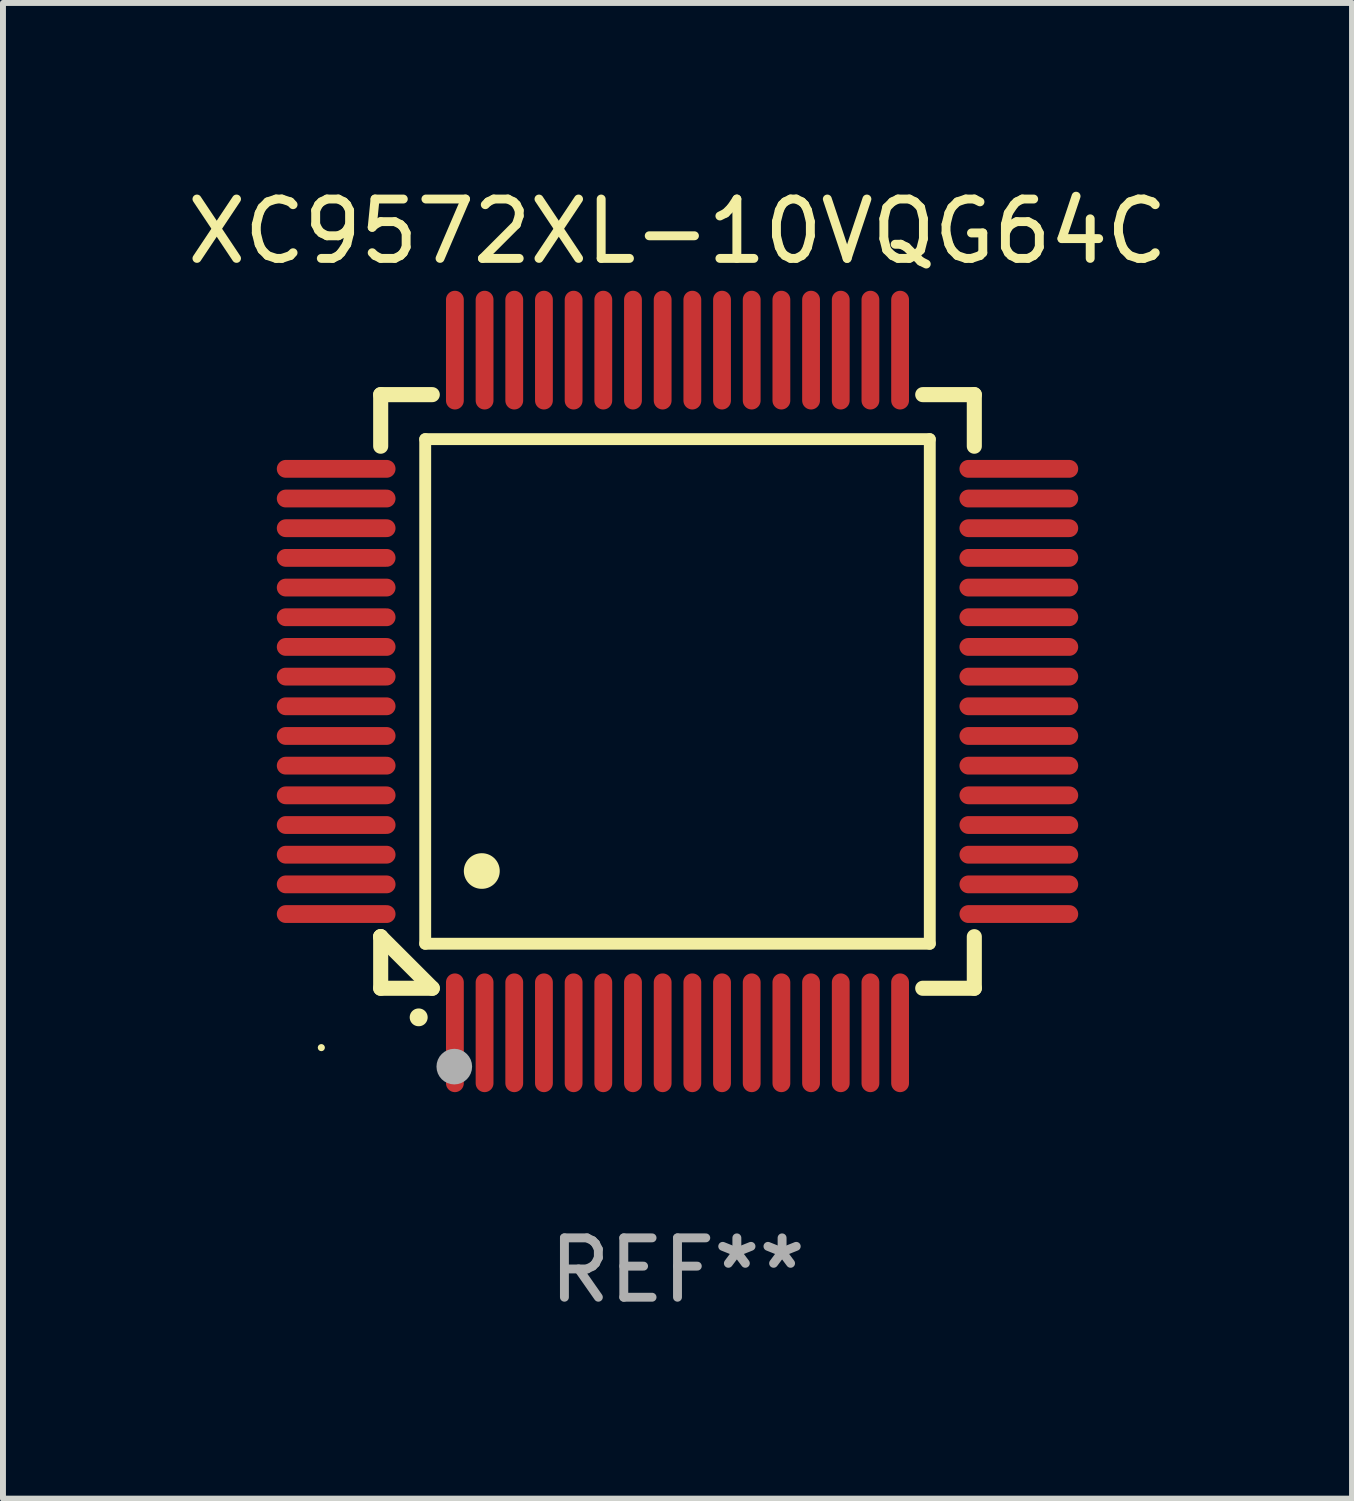
<source format=kicad_pcb>
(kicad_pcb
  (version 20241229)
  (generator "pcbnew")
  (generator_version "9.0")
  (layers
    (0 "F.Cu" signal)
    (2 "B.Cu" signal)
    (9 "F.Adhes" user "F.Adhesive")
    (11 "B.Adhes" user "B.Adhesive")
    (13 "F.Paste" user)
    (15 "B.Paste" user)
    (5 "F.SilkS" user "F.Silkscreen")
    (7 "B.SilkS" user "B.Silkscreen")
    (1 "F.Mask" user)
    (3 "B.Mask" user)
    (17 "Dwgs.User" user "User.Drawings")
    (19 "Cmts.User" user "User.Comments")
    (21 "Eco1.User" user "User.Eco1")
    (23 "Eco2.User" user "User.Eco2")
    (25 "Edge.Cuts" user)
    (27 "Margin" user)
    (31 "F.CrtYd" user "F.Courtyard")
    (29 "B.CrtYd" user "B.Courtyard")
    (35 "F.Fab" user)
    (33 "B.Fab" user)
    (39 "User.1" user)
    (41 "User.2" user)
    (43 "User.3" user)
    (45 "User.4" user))
  (footprint "XC9572XL-10VQG64C"
    (layer "F.Cu")
    (at 8.363 8.598)
    (property "Reference" "XC9572XL-10VQG64C" (at 0 -7.75 0) (layer "F.SilkS") (effects (font (size 1 1) (thickness 0.15))))
    (attr through_hole)
    (fp_line (start -5 -5) (end -4.131 -5) (stroke (width 0.254) (type solid)) (layer "F.SilkS"))
    (fp_line (start -5 -4.131) (end -5 -5) (stroke (width 0.254) (type solid)) (layer "F.SilkS"))
    (fp_line (start -5 4.131) (end -5 4.131) (stroke (width 0.254) (type solid)) (layer "F.SilkS"))
    (fp_line (start -5 5) (end -5 4.131) (stroke (width 0.254) (type solid)) (layer "F.SilkS"))
    (fp_line (start -5 4.131) (end -4.131 5) (stroke (width 0.254) (type solid)) (layer "F.SilkS"))
    (fp_line (start -4.25 -4.25) (end -4.25 4.25) (stroke (width 0.2) (type solid)) (layer "F.SilkS"))
    (fp_line (start -4.25 4.25) (end 4.25 4.25) (stroke (width 0.2) (type solid)) (layer "F.SilkS"))
    (fp_line (start -4.131 5) (end -5 5) (stroke (width 0.254) (type solid)) (layer "F.SilkS"))
    (fp_line (start 4.25 -4.25) (end -4.25 -4.25) (stroke (width 0.2) (type solid)) (layer "F.SilkS"))
    (fp_line (start 4.25 4.25) (end 4.25 -4.25) (stroke (width 0.2) (type solid)) (layer "F.SilkS"))
    (fp_line (start 5 -5) (end 4.131 -5) (stroke (width 0.254) (type solid)) (layer "F.SilkS"))
    (fp_line (start 5 -5) (end 5 -4.131) (stroke (width 0.254) (type solid)) (layer "F.SilkS"))
    (fp_line (start 5 4.131) (end 5 5) (stroke (width 0.254) (type solid)) (layer "F.SilkS"))
    (fp_line (start 5 5) (end 4.131 5) (stroke (width 0.254) (type solid)) (layer "F.SilkS"))
    (fp_arc (start -4.361265 5.489992) (mid -4.359995 5.489987) (end -4.358725 5.489992) (stroke (width 0.3) (type solid)) (layer "F.SilkS"))
    (fp_arc (start -3.299467 3.025146) (mid -3.296927 3.025135) (end -3.294387 3.025146) (stroke (width 0.6) (type solid)) (layer "F.SilkS"))
    (fp_circle (center -6 6) (end -5.97 6) (stroke (width 0.06) (type solid)) (fill no) (layer "F.SilkS"))
    (fp_circle (center -3.76 6.32) (end -3.61 6.32) (stroke (width 0.3) (type solid)) (fill no) (layer "F.Fab"))
    (fp_text user "REF**" (at 0 9.75 0) (layer "F.Fab") (effects (font (size 1 1) (thickness 0.15))))
    (pad "1" smd oval (at -3.75 5.75) (size 0.3 2) (layers "F.Cu" "F.Mask" "F.Paste"))
    (pad "2" smd oval (at -3.25 5.75) (size 0.3 2) (layers "F.Cu" "F.Mask" "F.Paste"))
    (pad "3" smd oval (at -2.75 5.75) (size 0.3 2) (layers "F.Cu" "F.Mask" "F.Paste"))
    (pad "4" smd oval (at -2.25 5.75) (size 0.3 2) (layers "F.Cu" "F.Mask" "F.Paste"))
    (pad "5" smd oval (at -1.75 5.75) (size 0.3 2) (layers "F.Cu" "F.Mask" "F.Paste"))
    (pad "6" smd oval (at -1.25 5.75) (size 0.3 2) (layers "F.Cu" "F.Mask" "F.Paste"))
    (pad "7" smd oval (at -0.75 5.75) (size 0.3 2) (layers "F.Cu" "F.Mask" "F.Paste"))
    (pad "8" smd oval (at -0.25 5.75) (size 0.3 2) (layers "F.Cu" "F.Mask" "F.Paste"))
    (pad "9" smd oval (at 0.25 5.75) (size 0.3 2) (layers "F.Cu" "F.Mask" "F.Paste"))
    (pad "10" smd oval (at 0.75 5.75) (size 0.3 2) (layers "F.Cu" "F.Mask" "F.Paste"))
    (pad "11" smd oval (at 1.25 5.75) (size 0.3 2) (layers "F.Cu" "F.Mask" "F.Paste"))
    (pad "12" smd oval (at 1.75 5.75) (size 0.3 2) (layers "F.Cu" "F.Mask" "F.Paste"))
    (pad "13" smd oval (at 2.25 5.75) (size 0.3 2) (layers "F.Cu" "F.Mask" "F.Paste"))
    (pad "14" smd oval (at 2.75 5.75) (size 0.3 2) (layers "F.Cu" "F.Mask" "F.Paste"))
    (pad "15" smd oval (at 3.25 5.75) (size 0.3 2) (layers "F.Cu" "F.Mask" "F.Paste"))
    (pad "16" smd oval (at 3.75 5.75) (size 0.3 2) (layers "F.Cu" "F.Mask" "F.Paste"))
    (pad "17" smd oval (at 5.75 3.75) (size 2 0.3) (layers "F.Cu" "F.Mask" "F.Paste"))
    (pad "18" smd oval (at 5.75 3.25) (size 2 0.3) (layers "F.Cu" "F.Mask" "F.Paste"))
    (pad "19" smd oval (at 5.75 2.75) (size 2 0.3) (layers "F.Cu" "F.Mask" "F.Paste"))
    (pad "20" smd oval (at 5.75 2.25) (size 2 0.3) (layers "F.Cu" "F.Mask" "F.Paste"))
    (pad "21" smd oval (at 5.75 1.75) (size 2 0.3) (layers "F.Cu" "F.Mask" "F.Paste"))
    (pad "22" smd oval (at 5.75 1.25) (size 2 0.3) (layers "F.Cu" "F.Mask" "F.Paste"))
    (pad "23" smd oval (at 5.75 0.75) (size 2 0.3) (layers "F.Cu" "F.Mask" "F.Paste"))
    (pad "24" smd oval (at 5.75 0.25) (size 2 0.3) (layers "F.Cu" "F.Mask" "F.Paste"))
    (pad "25" smd oval (at 5.75 -0.25) (size 2 0.3) (layers "F.Cu" "F.Mask" "F.Paste"))
    (pad "26" smd oval (at 5.75 -0.75) (size 2 0.3) (layers "F.Cu" "F.Mask" "F.Paste"))
    (pad "27" smd oval (at 5.75 -1.25) (size 2 0.3) (layers "F.Cu" "F.Mask" "F.Paste"))
    (pad "28" smd oval (at 5.75 -1.75) (size 2 0.3) (layers "F.Cu" "F.Mask" "F.Paste"))
    (pad "29" smd oval (at 5.75 -2.25) (size 2 0.3) (layers "F.Cu" "F.Mask" "F.Paste"))
    (pad "30" smd oval (at 5.75 -2.75) (size 2 0.3) (layers "F.Cu" "F.Mask" "F.Paste"))
    (pad "31" smd oval (at 5.75 -3.25) (size 2 0.3) (layers "F.Cu" "F.Mask" "F.Paste"))
    (pad "32" smd oval (at 5.75 -3.75) (size 2 0.3) (layers "F.Cu" "F.Mask" "F.Paste"))
    (pad "33" smd oval (at 3.75 -5.75) (size 0.3 2) (layers "F.Cu" "F.Mask" "F.Paste"))
    (pad "34" smd oval (at 3.25 -5.75) (size 0.3 2) (layers "F.Cu" "F.Mask" "F.Paste"))
    (pad "35" smd oval (at 2.75 -5.75) (size 0.3 2) (layers "F.Cu" "F.Mask" "F.Paste"))
    (pad "36" smd oval (at 2.25 -5.75) (size 0.3 2) (layers "F.Cu" "F.Mask" "F.Paste"))
    (pad "37" smd oval (at 1.75 -5.75) (size 0.3 2) (layers "F.Cu" "F.Mask" "F.Paste"))
    (pad "38" smd oval (at 1.25 -5.75) (size 0.3 2) (layers "F.Cu" "F.Mask" "F.Paste"))
    (pad "39" smd oval (at 0.75 -5.75) (size 0.3 2) (layers "F.Cu" "F.Mask" "F.Paste"))
    (pad "40" smd oval (at 0.25 -5.75) (size 0.3 2) (layers "F.Cu" "F.Mask" "F.Paste"))
    (pad "41" smd oval (at -0.25 -5.75) (size 0.3 2) (layers "F.Cu" "F.Mask" "F.Paste"))
    (pad "42" smd oval (at -0.75 -5.75) (size 0.3 2) (layers "F.Cu" "F.Mask" "F.Paste"))
    (pad "43" smd oval (at -1.25 -5.75) (size 0.3 2) (layers "F.Cu" "F.Mask" "F.Paste"))
    (pad "44" smd oval (at -1.75 -5.75) (size 0.3 2) (layers "F.Cu" "F.Mask" "F.Paste"))
    (pad "45" smd oval (at -2.25 -5.75) (size 0.3 2) (layers "F.Cu" "F.Mask" "F.Paste"))
    (pad "46" smd oval (at -2.75 -5.75) (size 0.3 2) (layers "F.Cu" "F.Mask" "F.Paste"))
    (pad "47" smd oval (at -3.25 -5.75) (size 0.3 2) (layers "F.Cu" "F.Mask" "F.Paste"))
    (pad "48" smd oval (at -3.75 -5.75) (size 0.3 2) (layers "F.Cu" "F.Mask" "F.Paste"))
    (pad "49" smd oval (at -5.75 -3.75) (size 2 0.3) (layers "F.Cu" "F.Mask" "F.Paste"))
    (pad "50" smd oval (at -5.75 -3.25) (size 2 0.3) (layers "F.Cu" "F.Mask" "F.Paste"))
    (pad "51" smd oval (at -5.75 -2.75) (size 2 0.3) (layers "F.Cu" "F.Mask" "F.Paste"))
    (pad "52" smd oval (at -5.75 -2.25) (size 2 0.3) (layers "F.Cu" "F.Mask" "F.Paste"))
    (pad "53" smd oval (at -5.75 -1.75) (size 2 0.3) (layers "F.Cu" "F.Mask" "F.Paste"))
    (pad "54" smd oval (at -5.75 -1.25) (size 2 0.3) (layers "F.Cu" "F.Mask" "F.Paste"))
    (pad "55" smd oval (at -5.75 -0.75) (size 2 0.3) (layers "F.Cu" "F.Mask" "F.Paste"))
    (pad "56" smd oval (at -5.75 -0.25) (size 2 0.3) (layers "F.Cu" "F.Mask" "F.Paste"))
    (pad "57" smd oval (at -5.75 0.25) (size 2 0.3) (layers "F.Cu" "F.Mask" "F.Paste"))
    (pad "58" smd oval (at -5.75 0.75) (size 2 0.3) (layers "F.Cu" "F.Mask" "F.Paste"))
    (pad "59" smd oval (at -5.75 1.25) (size 2 0.3) (layers "F.Cu" "F.Mask" "F.Paste"))
    (pad "60" smd oval (at -5.75 1.75) (size 2 0.3) (layers "F.Cu" "F.Mask" "F.Paste"))
    (pad "61" smd oval (at -5.75 2.25) (size 2 0.3) (layers "F.Cu" "F.Mask" "F.Paste"))
    (pad "62" smd oval (at -5.75 2.75) (size 2 0.3) (layers "F.Cu" "F.Mask" "F.Paste"))
    (pad "63" smd oval (at -5.75 3.25) (size 2 0.3) (layers "F.Cu" "F.Mask" "F.Paste"))
    (pad "64" smd oval (at -5.75 3.75) (size 2 0.3) (layers "F.Cu" "F.Mask" "F.Paste")))
  (gr_rect
    (start -3 -3)
    (end 19.726 22.196)
    (stroke (width 0.1) (type default))
    (fill no)
    (layer "Edge.Cuts")))
</source>
